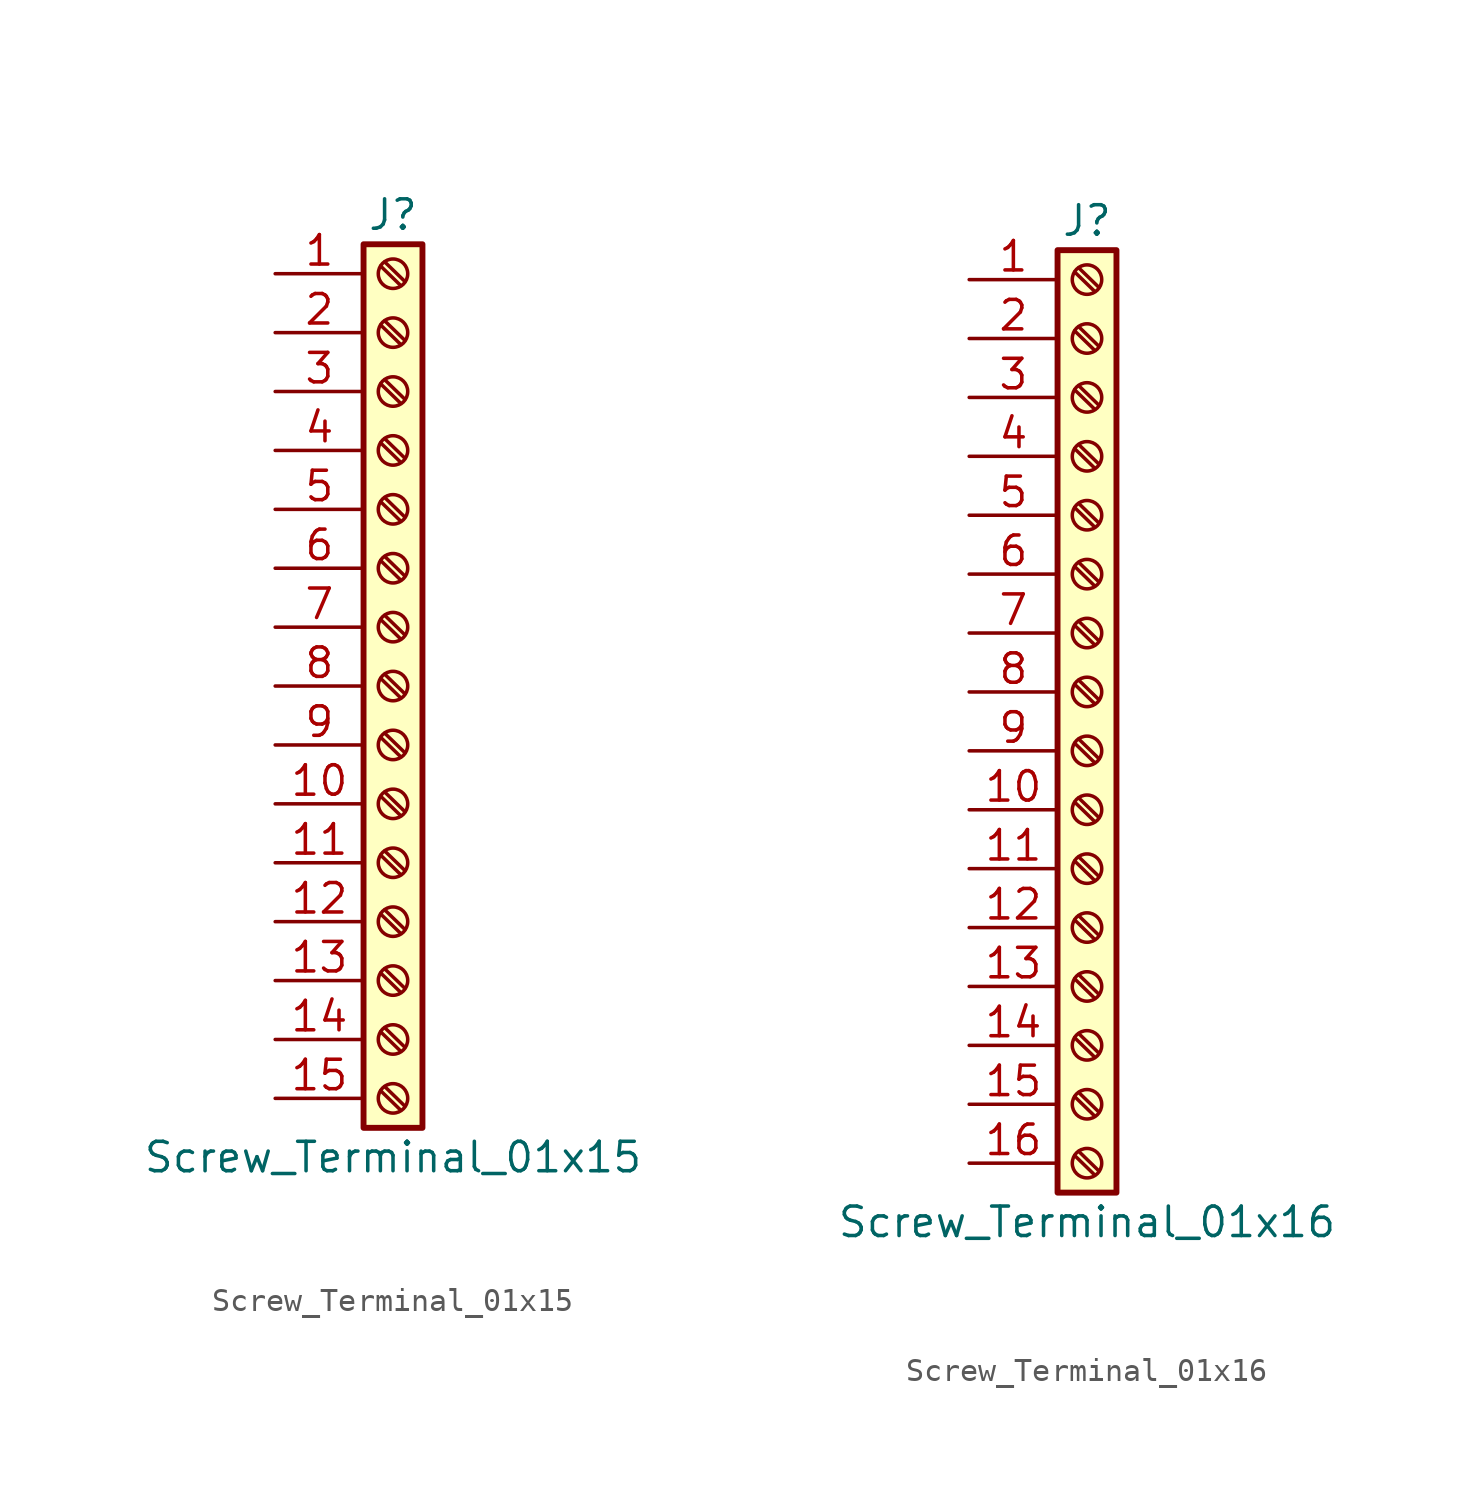
<source format=kicad_sym>
(kicad_symbol_lib
  (version 20211014)
  (generator kicad_symbol_editor)
  (symbol "Screw_Terminal_01x15"
    (pin_names
      (offset 1.016) hide)
    (property "Reference" "J"
      (at 0 20.32 0)
      (effects (font (size 1.27 1.27))))
    (property "Value" "Screw_Terminal_01x15"
      (at 0 -20.32 0)
      (effects (font (size 1.27 1.27))))
    (symbol "Screw_Terminal_01x15_1_1"
      (rectangle (start -1.27 19.05) (end 1.27 -19.05) (stroke (width 0.254) (type default) (color 0 0 0 0)) (fill (type background)))
      (circle (center 0 -17.78) (radius 0.635) (stroke (width 0.152) (type default) (color 0 0 0 0)) (fill (type none)))
      (circle (center 0 -15.24) (radius 0.635) (stroke (width 0.152) (type default) (color 0 0 0 0)) (fill (type none)))
      (circle (center 0 -12.7) (radius 0.635) (stroke (width 0.152) (type default) (color 0 0 0 0)) (fill (type none)))
      (circle (center 0 -10.16) (radius 0.635) (stroke (width 0.152) (type default) (color 0 0 0 0)) (fill (type none)))
      (circle (center 0 -7.62) (radius 0.635) (stroke (width 0.152) (type default) (color 0 0 0 0)) (fill (type none)))
      (circle (center 0 -5.08) (radius 0.635) (stroke (width 0.152) (type default) (color 0 0 0 0)) (fill (type none)))
      (circle (center 0 -2.54) (radius 0.635) (stroke (width 0.152) (type default) (color 0 0 0 0)) (fill (type none)))
      (polyline (pts (xy -0.533 -17.45) (xy 0.33 -18.288)) (stroke (width 0.152) (type default) (color 0 0 0 0)) (fill (type none)))
      (polyline (pts (xy -0.533 -14.91) (xy 0.33 -15.748)) (stroke (width 0.152) (type default) (color 0 0 0 0)) (fill (type none)))
      (polyline (pts (xy -0.533 -12.37) (xy 0.33 -13.208)) (stroke (width 0.152) (type default) (color 0 0 0 0)) (fill (type none)))
      (polyline (pts (xy -0.533 -9.83) (xy 0.33 -10.668)) (stroke (width 0.152) (type default) (color 0 0 0 0)) (fill (type none)))
      (polyline (pts (xy -0.533 -7.29) (xy 0.33 -8.128)) (stroke (width 0.152) (type default) (color 0 0 0 0)) (fill (type none)))
      (polyline (pts (xy -0.533 -4.75) (xy 0.33 -5.588)) (stroke (width 0.152) (type default) (color 0 0 0 0)) (fill (type none)))
      (polyline (pts (xy -0.533 -2.21) (xy 0.33 -3.048)) (stroke (width 0.152) (type default) (color 0 0 0 0)) (fill (type none)))
      (polyline (pts (xy -0.533 0.33) (xy 0.33 -0.508)) (stroke (width 0.152) (type default) (color 0 0 0 0)) (fill (type none)))
      (polyline (pts (xy -0.533 2.87) (xy 0.33 2.032)) (stroke (width 0.152) (type default) (color 0 0 0 0)) (fill (type none)))
      (polyline (pts (xy -0.533 5.41) (xy 0.33 4.572)) (stroke (width 0.152) (type default) (color 0 0 0 0)) (fill (type none)))
      (polyline (pts (xy -0.533 7.95) (xy 0.33 7.112)) (stroke (width 0.152) (type default) (color 0 0 0 0)) (fill (type none)))
      (polyline (pts (xy -0.533 10.49) (xy 0.33 9.652)) (stroke (width 0.152) (type default) (color 0 0 0 0)) (fill (type none)))
      (polyline (pts (xy -0.533 13.03) (xy 0.33 12.192)) (stroke (width 0.152) (type default) (color 0 0 0 0)) (fill (type none)))
      (polyline (pts (xy -0.533 15.57) (xy 0.33 14.732)) (stroke (width 0.152) (type default) (color 0 0 0 0)) (fill (type none)))
      (polyline (pts (xy -0.533 18.11) (xy 0.33 17.272)) (stroke (width 0.152) (type default) (color 0 0 0 0)) (fill (type none)))
      (polyline (pts (xy -0.356 -17.272) (xy 0.508 -18.11)) (stroke (width 0.152) (type default) (color 0 0 0 0)) (fill (type none)))
      (polyline (pts (xy -0.356 -14.732) (xy 0.508 -15.57)) (stroke (width 0.152) (type default) (color 0 0 0 0)) (fill (type none)))
      (polyline (pts (xy -0.356 -12.192) (xy 0.508 -13.03)) (stroke (width 0.152) (type default) (color 0 0 0 0)) (fill (type none)))
      (polyline (pts (xy -0.356 -9.652) (xy 0.508 -10.49)) (stroke (width 0.152) (type default) (color 0 0 0 0)) (fill (type none)))
      (polyline (pts (xy -0.356 -7.112) (xy 0.508 -7.95)) (stroke (width 0.152) (type default) (color 0 0 0 0)) (fill (type none)))
      (polyline (pts (xy -0.356 -4.572) (xy 0.508 -5.41)) (stroke (width 0.152) (type default) (color 0 0 0 0)) (fill (type none)))
      (polyline (pts (xy -0.356 -2.032) (xy 0.508 -2.87)) (stroke (width 0.152) (type default) (color 0 0 0 0)) (fill (type none)))
      (polyline (pts (xy -0.356 0.508) (xy 0.508 -0.33)) (stroke (width 0.152) (type default) (color 0 0 0 0)) (fill (type none)))
      (polyline (pts (xy -0.356 3.048) (xy 0.508 2.21)) (stroke (width 0.152) (type default) (color 0 0 0 0)) (fill (type none)))
      (polyline (pts (xy -0.356 5.588) (xy 0.508 4.75)) (stroke (width 0.152) (type default) (color 0 0 0 0)) (fill (type none)))
      (polyline (pts (xy -0.356 8.128) (xy 0.508 7.29)) (stroke (width 0.152) (type default) (color 0 0 0 0)) (fill (type none)))
      (polyline (pts (xy -0.356 10.668) (xy 0.508 9.83)) (stroke (width 0.152) (type default) (color 0 0 0 0)) (fill (type none)))
      (polyline (pts (xy -0.356 13.208) (xy 0.508 12.37)) (stroke (width 0.152) (type default) (color 0 0 0 0)) (fill (type none)))
      (polyline (pts (xy -0.356 15.748) (xy 0.508 14.91)) (stroke (width 0.152) (type default) (color 0 0 0 0)) (fill (type none)))
      (polyline (pts (xy -0.356 18.288) (xy 0.508 17.45)) (stroke (width 0.152) (type default) (color 0 0 0 0)) (fill (type none)))
      (circle (center 0 0) (radius 0.635) (stroke (width 0.152) (type default) (color 0 0 0 0)) (fill (type none)))
      (circle (center 0 2.54) (radius 0.635) (stroke (width 0.152) (type default) (color 0 0 0 0)) (fill (type none)))
      (circle (center 0 5.08) (radius 0.635) (stroke (width 0.152) (type default) (color 0 0 0 0)) (fill (type none)))
      (circle (center 0 7.62) (radius 0.635) (stroke (width 0.152) (type default) (color 0 0 0 0)) (fill (type none)))
      (circle (center 0 10.16) (radius 0.635) (stroke (width 0.152) (type default) (color 0 0 0 0)) (fill (type none)))
      (circle (center 0 12.7) (radius 0.635) (stroke (width 0.152) (type default) (color 0 0 0 0)) (fill (type none)))
      (circle (center 0 15.24) (radius 0.635) (stroke (width 0.152) (type default) (color 0 0 0 0)) (fill (type none)))
      (circle (center 0 17.78) (radius 0.635) (stroke (width 0.152) (type default) (color 0 0 0 0)) (fill (type none)))
      (pin passive line (at -5.08 17.78 0) (length 3.81) (name "Pin_1" (effects (font (size 1.27 1.27)))) (number "1" (effects (font (size 1.27 1.27)))))
      (pin passive line (at -5.08 -5.08 0) (length 3.81) (name "Pin_10" (effects (font (size 1.27 1.27)))) (number "10" (effects (font (size 1.27 1.27)))))
      (pin passive line (at -5.08 -7.62 0) (length 3.81) (name "Pin_11" (effects (font (size 1.27 1.27)))) (number "11" (effects (font (size 1.27 1.27)))))
      (pin passive line (at -5.08 -10.16 0) (length 3.81) (name "Pin_12" (effects (font (size 1.27 1.27)))) (number "12" (effects (font (size 1.27 1.27)))))
      (pin passive line (at -5.08 -12.7 0) (length 3.81) (name "Pin_13" (effects (font (size 1.27 1.27)))) (number "13" (effects (font (size 1.27 1.27)))))
      (pin passive line (at -5.08 -15.24 0) (length 3.81) (name "Pin_14" (effects (font (size 1.27 1.27)))) (number "14" (effects (font (size 1.27 1.27)))))
      (pin passive line (at -5.08 -17.78 0) (length 3.81) (name "Pin_15" (effects (font (size 1.27 1.27)))) (number "15" (effects (font (size 1.27 1.27)))))
      (pin passive line (at -5.08 15.24 0) (length 3.81) (name "Pin_2" (effects (font (size 1.27 1.27)))) (number "2" (effects (font (size 1.27 1.27)))))
      (pin passive line (at -5.08 12.7 0) (length 3.81) (name "Pin_3" (effects (font (size 1.27 1.27)))) (number "3" (effects (font (size 1.27 1.27)))))
      (pin passive line (at -5.08 10.16 0) (length 3.81) (name "Pin_4" (effects (font (size 1.27 1.27)))) (number "4" (effects (font (size 1.27 1.27)))))
      (pin passive line (at -5.08 7.62 0) (length 3.81) (name "Pin_5" (effects (font (size 1.27 1.27)))) (number "5" (effects (font (size 1.27 1.27)))))
      (pin passive line (at -5.08 5.08 0) (length 3.81) (name "Pin_6" (effects (font (size 1.27 1.27)))) (number "6" (effects (font (size 1.27 1.27)))))
      (pin passive line (at -5.08 2.54 0) (length 3.81) (name "Pin_7" (effects (font (size 1.27 1.27)))) (number "7" (effects (font (size 1.27 1.27)))))
      (pin passive line (at -5.08 0 0) (length 3.81) (name "Pin_8" (effects (font (size 1.27 1.27)))) (number "8" (effects (font (size 1.27 1.27)))))
      (pin passive line (at -5.08 -2.54 0) (length 3.81) (name "Pin_9" (effects (font (size 1.27 1.27)))) (number "9" (effects (font (size 1.27 1.27)))))))
  (symbol "Screw_Terminal_01x16"
    (pin_names
      (offset 1.016) hide)
    (property "Reference" "J"
      (at 0 20.32 0)
      (effects (font (size 1.27 1.27))))
    (property "Value" "Screw_Terminal_01x16"
      (at 0 -22.86 0)
      (effects (font (size 1.27 1.27))))
    (symbol "Screw_Terminal_01x16_1_1"
      (rectangle (start -1.27 19.05) (end 1.27 -21.59) (stroke (width 0.254) (type default) (color 0 0 0 0)) (fill (type background)))
      (circle (center 0 -20.32) (radius 0.635) (stroke (width 0.152) (type default) (color 0 0 0 0)) (fill (type none)))
      (circle (center 0 -17.78) (radius 0.635) (stroke (width 0.152) (type default) (color 0 0 0 0)) (fill (type none)))
      (circle (center 0 -15.24) (radius 0.635) (stroke (width 0.152) (type default) (color 0 0 0 0)) (fill (type none)))
      (circle (center 0 -12.7) (radius 0.635) (stroke (width 0.152) (type default) (color 0 0 0 0)) (fill (type none)))
      (circle (center 0 -10.16) (radius 0.635) (stroke (width 0.152) (type default) (color 0 0 0 0)) (fill (type none)))
      (circle (center 0 -7.62) (radius 0.635) (stroke (width 0.152) (type default) (color 0 0 0 0)) (fill (type none)))
      (circle (center 0 -5.08) (radius 0.635) (stroke (width 0.152) (type default) (color 0 0 0 0)) (fill (type none)))
      (circle (center 0 -2.54) (radius 0.635) (stroke (width 0.152) (type default) (color 0 0 0 0)) (fill (type none)))
      (polyline (pts (xy -0.533 -19.99) (xy 0.33 -20.828)) (stroke (width 0.152) (type default) (color 0 0 0 0)) (fill (type none)))
      (polyline (pts (xy -0.533 -17.45) (xy 0.33 -18.288)) (stroke (width 0.152) (type default) (color 0 0 0 0)) (fill (type none)))
      (polyline (pts (xy -0.533 -14.91) (xy 0.33 -15.748)) (stroke (width 0.152) (type default) (color 0 0 0 0)) (fill (type none)))
      (polyline (pts (xy -0.533 -12.37) (xy 0.33 -13.208)) (stroke (width 0.152) (type default) (color 0 0 0 0)) (fill (type none)))
      (polyline (pts (xy -0.533 -9.83) (xy 0.33 -10.668)) (stroke (width 0.152) (type default) (color 0 0 0 0)) (fill (type none)))
      (polyline (pts (xy -0.533 -7.29) (xy 0.33 -8.128)) (stroke (width 0.152) (type default) (color 0 0 0 0)) (fill (type none)))
      (polyline (pts (xy -0.533 -4.75) (xy 0.33 -5.588)) (stroke (width 0.152) (type default) (color 0 0 0 0)) (fill (type none)))
      (polyline (pts (xy -0.533 -2.21) (xy 0.33 -3.048)) (stroke (width 0.152) (type default) (color 0 0 0 0)) (fill (type none)))
      (polyline (pts (xy -0.533 0.33) (xy 0.33 -0.508)) (stroke (width 0.152) (type default) (color 0 0 0 0)) (fill (type none)))
      (polyline (pts (xy -0.533 2.87) (xy 0.33 2.032)) (stroke (width 0.152) (type default) (color 0 0 0 0)) (fill (type none)))
      (polyline (pts (xy -0.533 5.41) (xy 0.33 4.572)) (stroke (width 0.152) (type default) (color 0 0 0 0)) (fill (type none)))
      (polyline (pts (xy -0.533 7.95) (xy 0.33 7.112)) (stroke (width 0.152) (type default) (color 0 0 0 0)) (fill (type none)))
      (polyline (pts (xy -0.533 10.49) (xy 0.33 9.652)) (stroke (width 0.152) (type default) (color 0 0 0 0)) (fill (type none)))
      (polyline (pts (xy -0.533 13.03) (xy 0.33 12.192)) (stroke (width 0.152) (type default) (color 0 0 0 0)) (fill (type none)))
      (polyline (pts (xy -0.533 15.57) (xy 0.33 14.732)) (stroke (width 0.152) (type default) (color 0 0 0 0)) (fill (type none)))
      (polyline (pts (xy -0.533 18.11) (xy 0.33 17.272)) (stroke (width 0.152) (type default) (color 0 0 0 0)) (fill (type none)))
      (polyline (pts (xy -0.356 -19.812) (xy 0.508 -20.65)) (stroke (width 0.152) (type default) (color 0 0 0 0)) (fill (type none)))
      (polyline (pts (xy -0.356 -17.272) (xy 0.508 -18.11)) (stroke (width 0.152) (type default) (color 0 0 0 0)) (fill (type none)))
      (polyline (pts (xy -0.356 -14.732) (xy 0.508 -15.57)) (stroke (width 0.152) (type default) (color 0 0 0 0)) (fill (type none)))
      (polyline (pts (xy -0.356 -12.192) (xy 0.508 -13.03)) (stroke (width 0.152) (type default) (color 0 0 0 0)) (fill (type none)))
      (polyline (pts (xy -0.356 -9.652) (xy 0.508 -10.49)) (stroke (width 0.152) (type default) (color 0 0 0 0)) (fill (type none)))
      (polyline (pts (xy -0.356 -7.112) (xy 0.508 -7.95)) (stroke (width 0.152) (type default) (color 0 0 0 0)) (fill (type none)))
      (polyline (pts (xy -0.356 -4.572) (xy 0.508 -5.41)) (stroke (width 0.152) (type default) (color 0 0 0 0)) (fill (type none)))
      (polyline (pts (xy -0.356 -2.032) (xy 0.508 -2.87)) (stroke (width 0.152) (type default) (color 0 0 0 0)) (fill (type none)))
      (polyline (pts (xy -0.356 0.508) (xy 0.508 -0.33)) (stroke (width 0.152) (type default) (color 0 0 0 0)) (fill (type none)))
      (polyline (pts (xy -0.356 3.048) (xy 0.508 2.21)) (stroke (width 0.152) (type default) (color 0 0 0 0)) (fill (type none)))
      (polyline (pts (xy -0.356 5.588) (xy 0.508 4.75)) (stroke (width 0.152) (type default) (color 0 0 0 0)) (fill (type none)))
      (polyline (pts (xy -0.356 8.128) (xy 0.508 7.29)) (stroke (width 0.152) (type default) (color 0 0 0 0)) (fill (type none)))
      (polyline (pts (xy -0.356 10.668) (xy 0.508 9.83)) (stroke (width 0.152) (type default) (color 0 0 0 0)) (fill (type none)))
      (polyline (pts (xy -0.356 13.208) (xy 0.508 12.37)) (stroke (width 0.152) (type default) (color 0 0 0 0)) (fill (type none)))
      (polyline (pts (xy -0.356 15.748) (xy 0.508 14.91)) (stroke (width 0.152) (type default) (color 0 0 0 0)) (fill (type none)))
      (polyline (pts (xy -0.356 18.288) (xy 0.508 17.45)) (stroke (width 0.152) (type default) (color 0 0 0 0)) (fill (type none)))
      (circle (center 0 0) (radius 0.635) (stroke (width 0.152) (type default) (color 0 0 0 0)) (fill (type none)))
      (circle (center 0 2.54) (radius 0.635) (stroke (width 0.152) (type default) (color 0 0 0 0)) (fill (type none)))
      (circle (center 0 5.08) (radius 0.635) (stroke (width 0.152) (type default) (color 0 0 0 0)) (fill (type none)))
      (circle (center 0 7.62) (radius 0.635) (stroke (width 0.152) (type default) (color 0 0 0 0)) (fill (type none)))
      (circle (center 0 10.16) (radius 0.635) (stroke (width 0.152) (type default) (color 0 0 0 0)) (fill (type none)))
      (circle (center 0 12.7) (radius 0.635) (stroke (width 0.152) (type default) (color 0 0 0 0)) (fill (type none)))
      (circle (center 0 15.24) (radius 0.635) (stroke (width 0.152) (type default) (color 0 0 0 0)) (fill (type none)))
      (circle (center 0 17.78) (radius 0.635) (stroke (width 0.152) (type default) (color 0 0 0 0)) (fill (type none)))
      (pin passive line (at -5.08 17.78 0) (length 3.81) (name "Pin_1" (effects (font (size 1.27 1.27)))) (number "1" (effects (font (size 1.27 1.27)))))
      (pin passive line (at -5.08 -5.08 0) (length 3.81) (name "Pin_10" (effects (font (size 1.27 1.27)))) (number "10" (effects (font (size 1.27 1.27)))))
      (pin passive line (at -5.08 -7.62 0) (length 3.81) (name "Pin_11" (effects (font (size 1.27 1.27)))) (number "11" (effects (font (size 1.27 1.27)))))
      (pin passive line (at -5.08 -10.16 0) (length 3.81) (name "Pin_12" (effects (font (size 1.27 1.27)))) (number "12" (effects (font (size 1.27 1.27)))))
      (pin passive line (at -5.08 -12.7 0) (length 3.81) (name "Pin_13" (effects (font (size 1.27 1.27)))) (number "13" (effects (font (size 1.27 1.27)))))
      (pin passive line (at -5.08 -15.24 0) (length 3.81) (name "Pin_14" (effects (font (size 1.27 1.27)))) (number "14" (effects (font (size 1.27 1.27)))))
      (pin passive line (at -5.08 -17.78 0) (length 3.81) (name "Pin_15" (effects (font (size 1.27 1.27)))) (number "15" (effects (font (size 1.27 1.27)))))
      (pin passive line (at -5.08 -20.32 0) (length 3.81) (name "Pin_16" (effects (font (size 1.27 1.27)))) (number "16" (effects (font (size 1.27 1.27)))))
      (pin passive line (at -5.08 15.24 0) (length 3.81) (name "Pin_2" (effects (font (size 1.27 1.27)))) (number "2" (effects (font (size 1.27 1.27)))))
      (pin passive line (at -5.08 12.7 0) (length 3.81) (name "Pin_3" (effects (font (size 1.27 1.27)))) (number "3" (effects (font (size 1.27 1.27)))))
      (pin passive line (at -5.08 10.16 0) (length 3.81) (name "Pin_4" (effects (font (size 1.27 1.27)))) (number "4" (effects (font (size 1.27 1.27)))))
      (pin passive line (at -5.08 7.62 0) (length 3.81) (name "Pin_5" (effects (font (size 1.27 1.27)))) (number "5" (effects (font (size 1.27 1.27)))))
      (pin passive line (at -5.08 5.08 0) (length 3.81) (name "Pin_6" (effects (font (size 1.27 1.27)))) (number "6" (effects (font (size 1.27 1.27)))))
      (pin passive line (at -5.08 2.54 0) (length 3.81) (name "Pin_7" (effects (font (size 1.27 1.27)))) (number "7" (effects (font (size 1.27 1.27)))))
      (pin passive line (at -5.08 0 0) (length 3.81) (name "Pin_8" (effects (font (size 1.27 1.27)))) (number "8" (effects (font (size 1.27 1.27)))))
      (pin passive line (at -5.08 -2.54 0) (length 3.81) (name "Pin_9" (effects (font (size 1.27 1.27)))) (number "9" (effects (font (size 1.27 1.27))))))))
</source>
